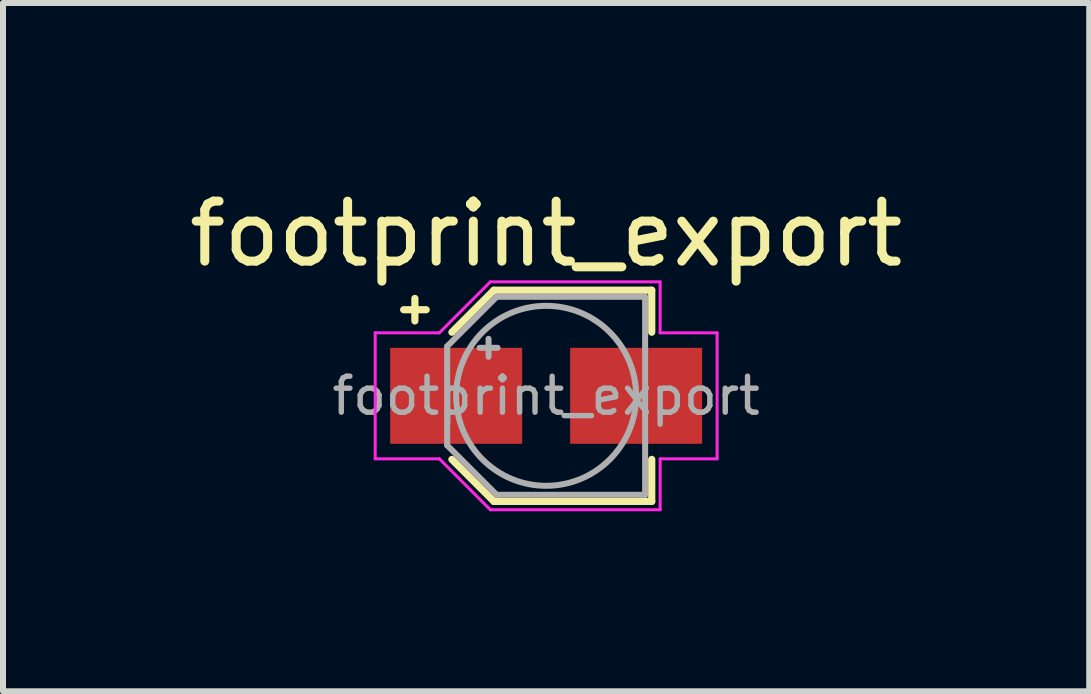
<source format=kicad_pcb>
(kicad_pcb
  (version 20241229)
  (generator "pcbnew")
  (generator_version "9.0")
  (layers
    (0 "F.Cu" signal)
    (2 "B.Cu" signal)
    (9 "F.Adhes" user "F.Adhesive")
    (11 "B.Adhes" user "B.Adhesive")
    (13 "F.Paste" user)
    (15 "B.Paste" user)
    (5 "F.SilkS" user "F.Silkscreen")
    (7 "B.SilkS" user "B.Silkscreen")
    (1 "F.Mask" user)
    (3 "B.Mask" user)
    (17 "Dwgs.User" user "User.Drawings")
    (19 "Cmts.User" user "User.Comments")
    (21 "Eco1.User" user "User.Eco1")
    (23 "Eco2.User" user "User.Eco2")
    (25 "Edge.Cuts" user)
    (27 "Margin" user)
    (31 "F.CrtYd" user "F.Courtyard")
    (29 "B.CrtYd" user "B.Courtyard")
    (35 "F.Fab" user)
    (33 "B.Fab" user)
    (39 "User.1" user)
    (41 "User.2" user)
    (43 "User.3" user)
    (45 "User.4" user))
  (footprint "footprint_export"
    (layer "F.Cu")
    (at 6.054 3.548)
    (property "Reference" "footprint_export" (at 0 -2.7 0) (layer "F.SilkS") (effects (font (size 1 1) (thickness 0.15))))
    (attr smd)
    (fp_line (start -2.375 -1.435) (end -2 -1.435) (stroke (width 0.12) (type solid)) (layer "F.SilkS"))
    (fp_line (start -2.188 -1.623) (end -2.188 -1.248) (stroke (width 0.12) (type solid)) (layer "F.SilkS"))
    (fp_line (start -1.571 -1.06) (end -0.871 -1.76) (stroke (width 0.12) (type solid)) (layer "F.SilkS"))
    (fp_line (start -1.571 1.06) (end -0.871 1.76) (stroke (width 0.12) (type solid)) (layer "F.SilkS"))
    (fp_line (start -0.871 -1.76) (end 1.76 -1.76) (stroke (width 0.12) (type solid)) (layer "F.SilkS"))
    (fp_line (start -0.871 1.76) (end 1.76 1.76) (stroke (width 0.12) (type solid)) (layer "F.SilkS"))
    (fp_line (start 1.76 -1.76) (end 1.76 -1.06) (stroke (width 0.12) (type solid)) (layer "F.SilkS"))
    (fp_line (start 1.76 1.76) (end 1.76 1.06) (stroke (width 0.12) (type solid)) (layer "F.SilkS"))
    (fp_line (start -2.85 -1.05) (end -2.85 1.05) (stroke (width 0.05) (type solid)) (layer "F.CrtYd"))
    (fp_line (start -2.85 1.05) (end -1.78 1.05) (stroke (width 0.05) (type solid)) (layer "F.CrtYd"))
    (fp_line (start -1.78 -1.05) (end -2.85 -1.05) (stroke (width 0.05) (type solid)) (layer "F.CrtYd"))
    (fp_line (start -1.78 -1.05) (end -0.93 -1.9) (stroke (width 0.05) (type solid)) (layer "F.CrtYd"))
    (fp_line (start -1.78 1.05) (end -0.93 1.9) (stroke (width 0.05) (type solid)) (layer "F.CrtYd"))
    (fp_line (start -0.93 -1.9) (end 1.9 -1.9) (stroke (width 0.05) (type solid)) (layer "F.CrtYd"))
    (fp_line (start -0.93 1.9) (end 1.9 1.9) (stroke (width 0.05) (type solid)) (layer "F.CrtYd"))
    (fp_line (start 1.9 -1.9) (end 1.9 -1.05) (stroke (width 0.05) (type solid)) (layer "F.CrtYd"))
    (fp_line (start 1.9 -1.05) (end 2.85 -1.05) (stroke (width 0.05) (type solid)) (layer "F.CrtYd"))
    (fp_line (start 1.9 1.05) (end 1.9 1.9) (stroke (width 0.05) (type solid)) (layer "F.CrtYd"))
    (fp_line (start 2.85 -1.05) (end 2.85 1.05) (stroke (width 0.05) (type solid)) (layer "F.CrtYd"))
    (fp_line (start 2.85 1.05) (end 1.9 1.05) (stroke (width 0.05) (type solid)) (layer "F.CrtYd"))
    (fp_line (start -1.65 -0.825) (end -1.65 0.825) (stroke (width 0.1) (type solid)) (layer "F.Fab"))
    (fp_line (start -1.65 -0.825) (end -0.825 -1.65) (stroke (width 0.1) (type solid)) (layer "F.Fab"))
    (fp_line (start -1.65 0.825) (end -0.825 1.65) (stroke (width 0.1) (type solid)) (layer "F.Fab"))
    (fp_line (start -1.11 -0.8) (end -0.81 -0.8) (stroke (width 0.1) (type solid)) (layer "F.Fab"))
    (fp_line (start -0.96 -0.95) (end -0.96 -0.65) (stroke (width 0.1) (type solid)) (layer "F.Fab"))
    (fp_line (start -0.825 -1.65) (end 1.65 -1.65) (stroke (width 0.1) (type solid)) (layer "F.Fab"))
    (fp_line (start -0.825 1.65) (end 1.65 1.65) (stroke (width 0.1) (type solid)) (layer "F.Fab"))
    (fp_line (start 1.65 -1.65) (end 1.65 1.65) (stroke (width 0.1) (type solid)) (layer "F.Fab"))
    (fp_circle (center 0 0) (end 1.5 0) (stroke (width 0.1) (type solid)) (fill no) (layer "F.Fab"))
    (fp_text user "${REFERENCE}" (at 0 0 0) (layer "F.Fab") (effects (font (size 0.6 0.6) (thickness 0.09))))
    (pad "1" smd rect (at -1.5 0) (size 2.2 1.6) (layers "F.Cu" "F.Mask" "F.Paste"))
    (pad "2" smd rect (at 1.5 0) (size 2.2 1.6) (layers "F.Cu" "F.Mask" "F.Paste")))
  (gr_rect
    (start -3 -3)
    (end 15.107 8.473)
    (stroke (width 0.1) (type default))
    (fill no)
    (layer "Edge.Cuts")))
</source>
